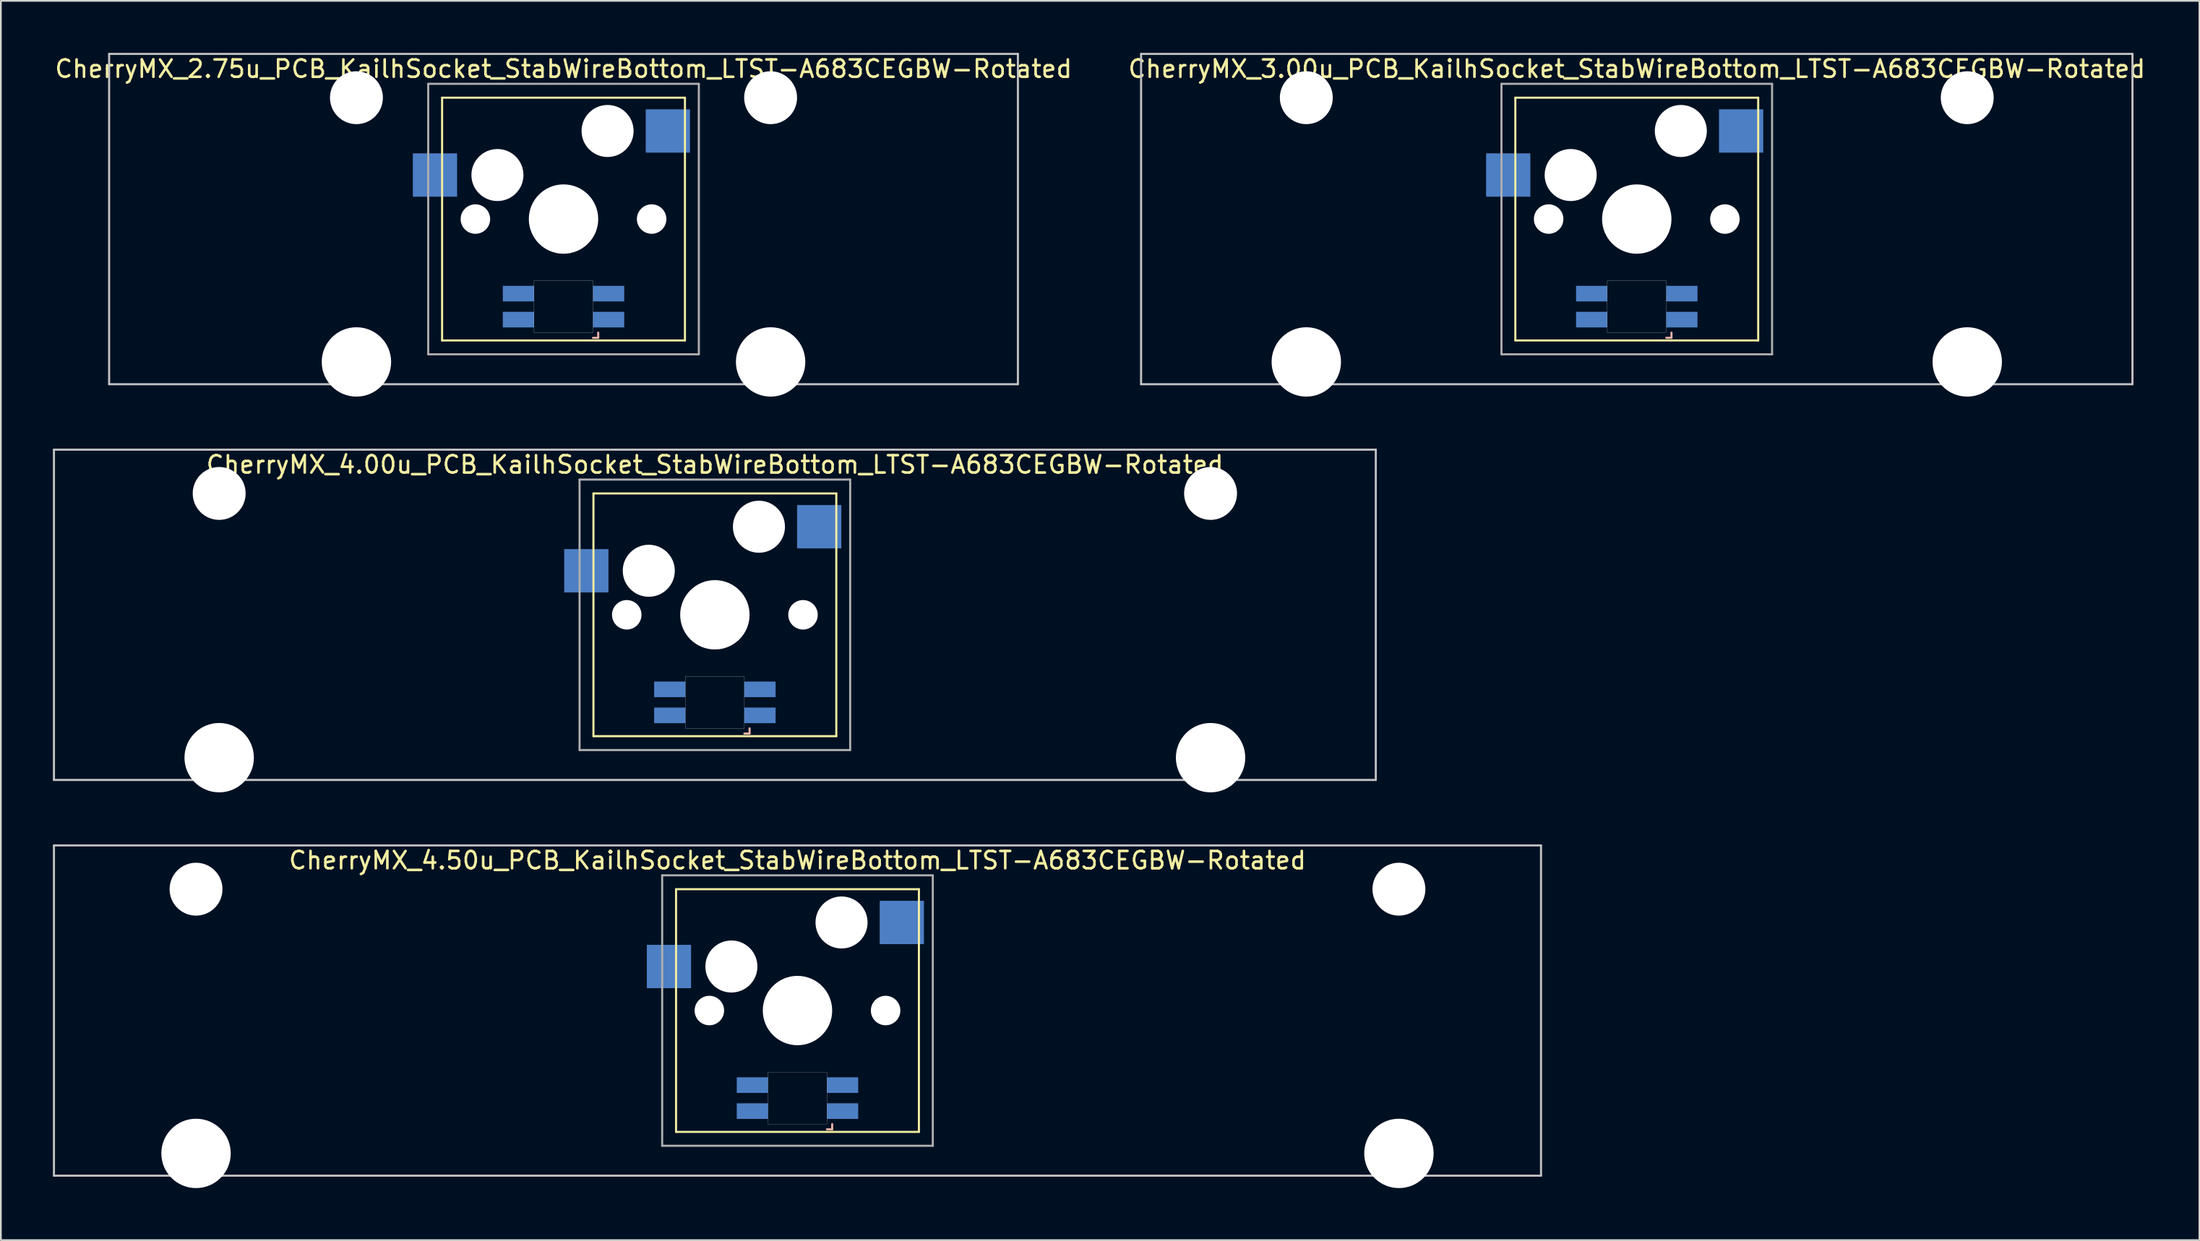
<source format=kicad_pcb>
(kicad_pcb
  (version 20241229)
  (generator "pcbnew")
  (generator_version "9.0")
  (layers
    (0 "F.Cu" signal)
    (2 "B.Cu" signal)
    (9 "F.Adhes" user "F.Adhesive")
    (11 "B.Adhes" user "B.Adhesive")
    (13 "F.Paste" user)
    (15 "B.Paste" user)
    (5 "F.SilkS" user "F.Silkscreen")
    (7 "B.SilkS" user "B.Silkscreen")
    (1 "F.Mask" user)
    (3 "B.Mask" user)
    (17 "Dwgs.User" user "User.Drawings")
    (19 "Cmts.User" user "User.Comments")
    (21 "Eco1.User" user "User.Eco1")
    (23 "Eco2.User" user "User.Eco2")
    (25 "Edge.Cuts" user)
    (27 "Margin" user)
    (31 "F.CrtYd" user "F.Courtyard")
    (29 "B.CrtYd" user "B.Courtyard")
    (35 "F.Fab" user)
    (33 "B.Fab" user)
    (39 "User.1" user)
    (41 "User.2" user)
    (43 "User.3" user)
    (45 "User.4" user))
  (footprint "CherryMX_2.75u_PCB_KailhSocket_StabWireBottom_LTST-A683CEGBW-Rotated"
    (layer "F.Cu")
    (at 29.435 9.585)
    (property "Reference" "CherryMX_2.75u_PCB_KailhSocket_StabWireBottom_LTST-A683CEGBW-Rotated" (at 0 -8.662 0) (layer "F.SilkS") (effects (font (size 1 1) (thickness 0.15))))
    (attr through_hole)
    (fp_line (start -7 -7) (end -7 7) (stroke (width 0.12) (type solid)) (layer "F.SilkS"))
    (fp_line (start -7 -7) (end 7 -7) (stroke (width 0.12) (type solid)) (layer "F.SilkS"))
    (fp_line (start 7 -7) (end 7 7) (stroke (width 0.12) (type solid)) (layer "F.SilkS"))
    (fp_line (start 7 7) (end -7 7) (stroke (width 0.12) (type solid)) (layer "F.SilkS"))
    (fp_line (start 1.7 6.85) (end 2 6.85) (stroke (width 0.12) (type solid)) (layer "B.SilkS"))
    (fp_line (start 2 6.85) (end 2 6.55) (stroke (width 0.12) (type solid)) (layer "B.SilkS"))
    (fp_line (start -26.194 -9.525) (end 26.194 -9.525) (stroke (width 0.12) (type solid)) (layer "Dwgs.User"))
    (fp_line (start -26.194 9.525) (end -26.194 -9.525) (stroke (width 0.12) (type solid)) (layer "Dwgs.User"))
    (fp_line (start 26.194 -9.525) (end 26.194 9.525) (stroke (width 0.12) (type solid)) (layer "Dwgs.User"))
    (fp_line (start 26.194 9.525) (end -26.194 9.525) (stroke (width 0.12) (type solid)) (layer "Dwgs.User"))
    (fp_poly (pts (xy -1.7 3.55) (xy 1.7 3.55) (xy 1.7 6.55) (xy -1.7 6.55)) (stroke (width 0.01) (type solid)) (fill no) (layer "Edge.Cuts"))
    (fp_line (start -7.8 -7.8) (end -7.8 7.8) (stroke (width 0.12) (type solid)) (layer "F.Fab"))
    (fp_line (start -7.8 -7.8) (end 7.8 -7.8) (stroke (width 0.12) (type solid)) (layer "F.Fab"))
    (fp_line (start -7.8 7.8) (end 7.8 7.8) (stroke (width 0.12) (type solid)) (layer "F.Fab"))
    (fp_line (start 7.8 -7.8) (end 7.8 7.8) (stroke (width 0.12) (type solid)) (layer "F.Fab"))
    (pad "" np_thru_hole circle (at -11.938 -7) (size 3.05 3.05) (drill 3.05) (layers "*.Cu" "*.Mask"))
    (pad "" np_thru_hole circle (at -11.938 8.24) (size 4 4) (drill 4) (layers "*.Cu" "*.Mask"))
    (pad "" np_thru_hole circle (at -5.08 0) (size 1.7 1.7) (drill 1.7) (layers "*.Cu" "*.Mask"))
    (pad "" np_thru_hole circle (at -3.81 -2.54) (size 3 3) (drill 3) (layers "*.Cu" "*.Mask"))
    (pad "" np_thru_hole circle (at 0 0) (size 4 4) (drill 4) (layers "*.Cu" "*.Mask"))
    (pad "" np_thru_hole circle (at 2.54 -5.08) (size 3 3) (drill 3) (layers "*.Cu" "*.Mask"))
    (pad "" np_thru_hole circle (at 5.08 0) (size 1.7 1.7) (drill 1.7) (layers "*.Cu" "*.Mask"))
    (pad "" np_thru_hole circle (at 11.938 -7) (size 3.05 3.05) (drill 3.05) (layers "*.Cu" "*.Mask"))
    (pad "" np_thru_hole circle (at 11.938 8.24) (size 4 4) (drill 4) (layers "*.Cu" "*.Mask"))
    (pad "1" smd rect (at -7.41 -2.54) (size 2.55 2.5) (layers "B.Cu" "B.Mask" "B.Paste"))
    (pad "2" smd rect (at 6.015 -5.08) (size 2.55 2.5) (layers "B.Cu" "B.Mask" "B.Paste"))
    (pad "3" smd rect (at 2.6 5.8 180) (size 1.8 0.9) (layers "B.Cu" "B.Mask" "B.Paste"))
    (pad "4" smd rect (at 2.6 4.3 180) (size 1.8 0.9) (layers "B.Cu" "B.Mask" "B.Paste"))
    (pad "5" smd rect (at -2.6 5.8 180) (size 1.8 0.9) (layers "B.Cu" "B.Mask" "B.Paste"))
    (pad "6" smd rect (at -2.6 4.3 180) (size 1.8 0.9) (layers "B.Cu" "B.Mask" "B.Paste")))
  (footprint "CherryMX_4.00u_PCB_KailhSocket_StabWireBottom_LTST-A683CEGBW-Rotated"
    (layer "F.Cu")
    (at 38.16 32.41)
    (property "Reference" "CherryMX_4.00u_PCB_KailhSocket_StabWireBottom_LTST-A683CEGBW-Rotated" (at 0 -8.662 0) (layer "F.SilkS") (effects (font (size 1 1) (thickness 0.15))))
    (attr through_hole)
    (fp_line (start -7 -7) (end -7 7) (stroke (width 0.12) (type solid)) (layer "F.SilkS"))
    (fp_line (start -7 -7) (end 7 -7) (stroke (width 0.12) (type solid)) (layer "F.SilkS"))
    (fp_line (start 7 -7) (end 7 7) (stroke (width 0.12) (type solid)) (layer "F.SilkS"))
    (fp_line (start 7 7) (end -7 7) (stroke (width 0.12) (type solid)) (layer "F.SilkS"))
    (fp_line (start 1.7 6.85) (end 2 6.85) (stroke (width 0.12) (type solid)) (layer "B.SilkS"))
    (fp_line (start 2 6.85) (end 2 6.55) (stroke (width 0.12) (type solid)) (layer "B.SilkS"))
    (fp_line (start -38.1 -9.525) (end 38.1 -9.525) (stroke (width 0.12) (type solid)) (layer "Dwgs.User"))
    (fp_line (start -38.1 9.525) (end -38.1 -9.525) (stroke (width 0.12) (type solid)) (layer "Dwgs.User"))
    (fp_line (start 38.1 -9.525) (end 38.1 9.525) (stroke (width 0.12) (type solid)) (layer "Dwgs.User"))
    (fp_line (start 38.1 9.525) (end -38.1 9.525) (stroke (width 0.12) (type solid)) (layer "Dwgs.User"))
    (fp_poly (pts (xy -1.7 3.55) (xy 1.7 3.55) (xy 1.7 6.55) (xy -1.7 6.55)) (stroke (width 0.01) (type solid)) (fill no) (layer "Edge.Cuts"))
    (fp_line (start -7.8 -7.8) (end -7.8 7.8) (stroke (width 0.12) (type solid)) (layer "F.Fab"))
    (fp_line (start -7.8 -7.8) (end 7.8 -7.8) (stroke (width 0.12) (type solid)) (layer "F.Fab"))
    (fp_line (start -7.8 7.8) (end 7.8 7.8) (stroke (width 0.12) (type solid)) (layer "F.Fab"))
    (fp_line (start 7.8 -7.8) (end 7.8 7.8) (stroke (width 0.12) (type solid)) (layer "F.Fab"))
    (pad "" np_thru_hole circle (at -28.575 -7) (size 3.05 3.05) (drill 3.05) (layers "*.Cu" "*.Mask"))
    (pad "" np_thru_hole circle (at -28.575 8.24) (size 4 4) (drill 4) (layers "*.Cu" "*.Mask"))
    (pad "" np_thru_hole circle (at -5.08 0) (size 1.7 1.7) (drill 1.7) (layers "*.Cu" "*.Mask"))
    (pad "" np_thru_hole circle (at -3.81 -2.54) (size 3 3) (drill 3) (layers "*.Cu" "*.Mask"))
    (pad "" np_thru_hole circle (at 0 0) (size 4 4) (drill 4) (layers "*.Cu" "*.Mask"))
    (pad "" np_thru_hole circle (at 2.54 -5.08) (size 3 3) (drill 3) (layers "*.Cu" "*.Mask"))
    (pad "" np_thru_hole circle (at 5.08 0) (size 1.7 1.7) (drill 1.7) (layers "*.Cu" "*.Mask"))
    (pad "" np_thru_hole circle (at 28.575 -7) (size 3.05 3.05) (drill 3.05) (layers "*.Cu" "*.Mask"))
    (pad "" np_thru_hole circle (at 28.575 8.24) (size 4 4) (drill 4) (layers "*.Cu" "*.Mask"))
    (pad "1" smd rect (at -7.41 -2.54) (size 2.55 2.5) (layers "B.Cu" "B.Mask" "B.Paste"))
    (pad "2" smd rect (at 6.015 -5.08) (size 2.55 2.5) (layers "B.Cu" "B.Mask" "B.Paste"))
    (pad "3" smd rect (at 2.6 5.8 180) (size 1.8 0.9) (layers "B.Cu" "B.Mask" "B.Paste"))
    (pad "4" smd rect (at 2.6 4.3 180) (size 1.8 0.9) (layers "B.Cu" "B.Mask" "B.Paste"))
    (pad "5" smd rect (at -2.6 5.8 180) (size 1.8 0.9) (layers "B.Cu" "B.Mask" "B.Paste"))
    (pad "6" smd rect (at -2.6 4.3 180) (size 1.8 0.9) (layers "B.Cu" "B.Mask" "B.Paste")))
  (footprint "CherryMX_3.00u_PCB_KailhSocket_StabWireBottom_LTST-A683CEGBW-Rotated"
    (layer "F.Cu")
    (at 91.304 9.585)
    (property "Reference" "CherryMX_3.00u_PCB_KailhSocket_StabWireBottom_LTST-A683CEGBW-Rotated" (at 0 -8.662 0) (layer "F.SilkS") (effects (font (size 1 1) (thickness 0.15))))
    (attr through_hole)
    (fp_line (start -7 -7) (end -7 7) (stroke (width 0.12) (type solid)) (layer "F.SilkS"))
    (fp_line (start -7 -7) (end 7 -7) (stroke (width 0.12) (type solid)) (layer "F.SilkS"))
    (fp_line (start 7 -7) (end 7 7) (stroke (width 0.12) (type solid)) (layer "F.SilkS"))
    (fp_line (start 7 7) (end -7 7) (stroke (width 0.12) (type solid)) (layer "F.SilkS"))
    (fp_line (start 1.7 6.85) (end 2 6.85) (stroke (width 0.12) (type solid)) (layer "B.SilkS"))
    (fp_line (start 2 6.85) (end 2 6.55) (stroke (width 0.12) (type solid)) (layer "B.SilkS"))
    (fp_line (start -28.575 -9.525) (end 28.575 -9.525) (stroke (width 0.12) (type solid)) (layer "Dwgs.User"))
    (fp_line (start -28.575 9.525) (end -28.575 -9.525) (stroke (width 0.12) (type solid)) (layer "Dwgs.User"))
    (fp_line (start 28.575 -9.525) (end 28.575 9.525) (stroke (width 0.12) (type solid)) (layer "Dwgs.User"))
    (fp_line (start 28.575 9.525) (end -28.575 9.525) (stroke (width 0.12) (type solid)) (layer "Dwgs.User"))
    (fp_poly (pts (xy -1.7 3.55) (xy 1.7 3.55) (xy 1.7 6.55) (xy -1.7 6.55)) (stroke (width 0.01) (type solid)) (fill no) (layer "Edge.Cuts"))
    (fp_line (start -7.8 -7.8) (end -7.8 7.8) (stroke (width 0.12) (type solid)) (layer "F.Fab"))
    (fp_line (start -7.8 -7.8) (end 7.8 -7.8) (stroke (width 0.12) (type solid)) (layer "F.Fab"))
    (fp_line (start -7.8 7.8) (end 7.8 7.8) (stroke (width 0.12) (type solid)) (layer "F.Fab"))
    (fp_line (start 7.8 -7.8) (end 7.8 7.8) (stroke (width 0.12) (type solid)) (layer "F.Fab"))
    (pad "" np_thru_hole circle (at -19.05 -7) (size 3.05 3.05) (drill 3.05) (layers "*.Cu" "*.Mask"))
    (pad "" np_thru_hole circle (at -19.05 8.24) (size 4 4) (drill 4) (layers "*.Cu" "*.Mask"))
    (pad "" np_thru_hole circle (at -5.08 0) (size 1.7 1.7) (drill 1.7) (layers "*.Cu" "*.Mask"))
    (pad "" np_thru_hole circle (at -3.81 -2.54) (size 3 3) (drill 3) (layers "*.Cu" "*.Mask"))
    (pad "" np_thru_hole circle (at 0 0) (size 4 4) (drill 4) (layers "*.Cu" "*.Mask"))
    (pad "" np_thru_hole circle (at 2.54 -5.08) (size 3 3) (drill 3) (layers "*.Cu" "*.Mask"))
    (pad "" np_thru_hole circle (at 5.08 0) (size 1.7 1.7) (drill 1.7) (layers "*.Cu" "*.Mask"))
    (pad "" np_thru_hole circle (at 19.05 -7) (size 3.05 3.05) (drill 3.05) (layers "*.Cu" "*.Mask"))
    (pad "" np_thru_hole circle (at 19.05 8.24) (size 4 4) (drill 4) (layers "*.Cu" "*.Mask"))
    (pad "1" smd rect (at -7.41 -2.54) (size 2.55 2.5) (layers "B.Cu" "B.Mask" "B.Paste"))
    (pad "2" smd rect (at 6.015 -5.08) (size 2.55 2.5) (layers "B.Cu" "B.Mask" "B.Paste"))
    (pad "3" smd rect (at 2.6 5.8 180) (size 1.8 0.9) (layers "B.Cu" "B.Mask" "B.Paste"))
    (pad "4" smd rect (at 2.6 4.3 180) (size 1.8 0.9) (layers "B.Cu" "B.Mask" "B.Paste"))
    (pad "5" smd rect (at -2.6 5.8 180) (size 1.8 0.9) (layers "B.Cu" "B.Mask" "B.Paste"))
    (pad "6" smd rect (at -2.6 4.3 180) (size 1.8 0.9) (layers "B.Cu" "B.Mask" "B.Paste")))
  (footprint "CherryMX_4.50u_PCB_KailhSocket_StabWireBottom_LTST-A683CEGBW-Rotated"
    (layer "F.Cu")
    (at 42.922 55.235)
    (property "Reference" "CherryMX_4.50u_PCB_KailhSocket_StabWireBottom_LTST-A683CEGBW-Rotated" (at 0 -8.662 0) (layer "F.SilkS") (effects (font (size 1 1) (thickness 0.15))))
    (attr through_hole)
    (fp_line (start -7 -7) (end -7 7) (stroke (width 0.12) (type solid)) (layer "F.SilkS"))
    (fp_line (start -7 -7) (end 7 -7) (stroke (width 0.12) (type solid)) (layer "F.SilkS"))
    (fp_line (start 7 -7) (end 7 7) (stroke (width 0.12) (type solid)) (layer "F.SilkS"))
    (fp_line (start 7 7) (end -7 7) (stroke (width 0.12) (type solid)) (layer "F.SilkS"))
    (fp_line (start 1.7 6.85) (end 2 6.85) (stroke (width 0.12) (type solid)) (layer "B.SilkS"))
    (fp_line (start 2 6.85) (end 2 6.55) (stroke (width 0.12) (type solid)) (layer "B.SilkS"))
    (fp_line (start -42.862 -9.525) (end 42.862 -9.525) (stroke (width 0.12) (type solid)) (layer "Dwgs.User"))
    (fp_line (start -42.862 9.525) (end -42.862 -9.525) (stroke (width 0.12) (type solid)) (layer "Dwgs.User"))
    (fp_line (start 42.862 -9.525) (end 42.862 9.525) (stroke (width 0.12) (type solid)) (layer "Dwgs.User"))
    (fp_line (start 42.862 9.525) (end -42.862 9.525) (stroke (width 0.12) (type solid)) (layer "Dwgs.User"))
    (fp_poly (pts (xy -1.7 3.55) (xy 1.7 3.55) (xy 1.7 6.55) (xy -1.7 6.55)) (stroke (width 0.01) (type solid)) (fill no) (layer "Edge.Cuts"))
    (fp_line (start -7.8 -7.8) (end -7.8 7.8) (stroke (width 0.12) (type solid)) (layer "F.Fab"))
    (fp_line (start -7.8 -7.8) (end 7.8 -7.8) (stroke (width 0.12) (type solid)) (layer "F.Fab"))
    (fp_line (start -7.8 7.8) (end 7.8 7.8) (stroke (width 0.12) (type solid)) (layer "F.Fab"))
    (fp_line (start 7.8 -7.8) (end 7.8 7.8) (stroke (width 0.12) (type solid)) (layer "F.Fab"))
    (pad "" np_thru_hole circle (at -34.671 -7) (size 3.05 3.05) (drill 3.05) (layers "*.Cu" "*.Mask"))
    (pad "" np_thru_hole circle (at -34.671 8.24) (size 4 4) (drill 4) (layers "*.Cu" "*.Mask"))
    (pad "" np_thru_hole circle (at -5.08 0) (size 1.7 1.7) (drill 1.7) (layers "*.Cu" "*.Mask"))
    (pad "" np_thru_hole circle (at -3.81 -2.54) (size 3 3) (drill 3) (layers "*.Cu" "*.Mask"))
    (pad "" np_thru_hole circle (at 0 0) (size 4 4) (drill 4) (layers "*.Cu" "*.Mask"))
    (pad "" np_thru_hole circle (at 2.54 -5.08) (size 3 3) (drill 3) (layers "*.Cu" "*.Mask"))
    (pad "" np_thru_hole circle (at 5.08 0) (size 1.7 1.7) (drill 1.7) (layers "*.Cu" "*.Mask"))
    (pad "" np_thru_hole circle (at 34.671 -7) (size 3.05 3.05) (drill 3.05) (layers "*.Cu" "*.Mask"))
    (pad "" np_thru_hole circle (at 34.671 8.24) (size 4 4) (drill 4) (layers "*.Cu" "*.Mask"))
    (pad "1" smd rect (at -7.41 -2.54) (size 2.55 2.5) (layers "B.Cu" "B.Mask" "B.Paste"))
    (pad "2" smd rect (at 6.015 -5.08) (size 2.55 2.5) (layers "B.Cu" "B.Mask" "B.Paste"))
    (pad "3" smd rect (at 2.6 5.8 180) (size 1.8 0.9) (layers "B.Cu" "B.Mask" "B.Paste"))
    (pad "4" smd rect (at 2.6 4.3 180) (size 1.8 0.9) (layers "B.Cu" "B.Mask" "B.Paste"))
    (pad "5" smd rect (at -2.6 5.8 180) (size 1.8 0.9) (layers "B.Cu" "B.Mask" "B.Paste"))
    (pad "6" smd rect (at -2.6 4.3 180) (size 1.8 0.9) (layers "B.Cu" "B.Mask" "B.Paste")))
  (gr_rect
    (start -3 -3)
    (end 123.738 68.475)
    (stroke (width 0.1) (type default))
    (fill no)
    (layer "Edge.Cuts")))
</source>
